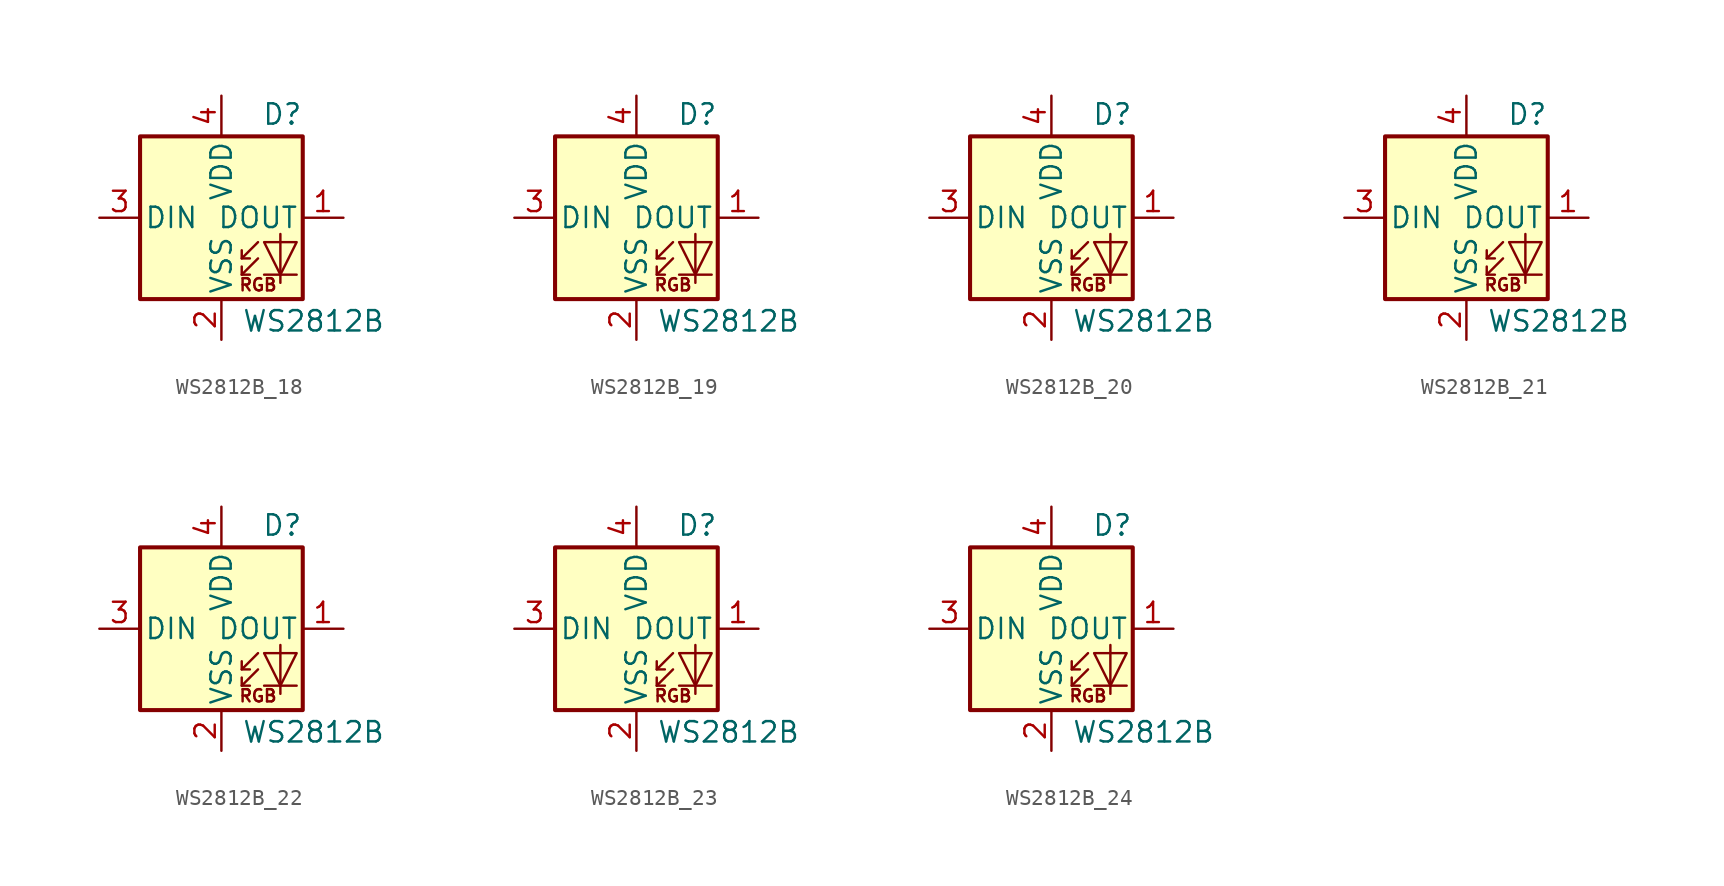
<source format=kicad_sym>
(kicad_symbol_lib
  (version 20220914)
  (generator kicad_symbol_editor)
  (symbol "WS2812B_18"
    (pin_names
      (offset 0.254))
    (property "Reference" "D"
      (at 5.08 5.715 0)
      (effects (font (size 1.27 1.27)) (justify right bottom)))
    (property "Value" "WS2812B"
      (at 1.27 -5.715 0)
      (effects (font (size 1.27 1.27)) (justify left top)))
    (symbol "WS2812B_18_0_0"
      (text "RGB" (at 2.286 -4.191 0) (effects (font (size 0.762 0.762)))))
    (symbol "WS2812B_18_0_1"
      (polyline (pts (xy 1.27 -3.556) (xy 1.778 -3.556)) (stroke (width 0) (type default)) (fill (type none)))
      (polyline (pts (xy 1.27 -2.54) (xy 1.778 -2.54)) (stroke (width 0) (type default)) (fill (type none)))
      (polyline (pts (xy 4.699 -3.556) (xy 2.667 -3.556)) (stroke (width 0) (type default)) (fill (type none)))
      (polyline (pts (xy 2.286 -2.54) (xy 1.27 -3.556) (xy 1.27 -3.048)) (stroke (width 0) (type default)) (fill (type none)))
      (polyline (pts (xy 2.286 -1.524) (xy 1.27 -2.54) (xy 1.27 -2.032)) (stroke (width 0) (type default)) (fill (type none)))
      (polyline (pts (xy 3.683 -1.016) (xy 3.683 -3.556) (xy 3.683 -4.064)) (stroke (width 0) (type default)) (fill (type none)))
      (polyline (pts (xy 4.699 -1.524) (xy 2.667 -1.524) (xy 3.683 -3.556) (xy 4.699 -1.524)) (stroke (width 0) (type default)) (fill (type none)))
      (rectangle (start 5.08 5.08) (end -5.08 -5.08) (stroke (width 0.254) (type default)) (fill (type background))))
    (symbol "WS2812B_18_1_1"
      (pin output line (at 7.62 0 180) (length 2.54) (name "DOUT" (effects (font (size 1.27 1.27)))) (number "1" (effects (font (size 1.27 1.27)))))
      (pin power_in line (at 0 -7.62 90) (length 2.54) (name "VSS" (effects (font (size 1.27 1.27)))) (number "2" (effects (font (size 1.27 1.27)))))
      (pin input line (at -7.62 0 0) (length 2.54) (name "DIN" (effects (font (size 1.27 1.27)))) (number "3" (effects (font (size 1.27 1.27)))))
      (pin power_in line (at 0 7.62 270) (length 2.54) (name "VDD" (effects (font (size 1.27 1.27)))) (number "4" (effects (font (size 1.27 1.27)))))))
  (symbol "WS2812B_19"
    (pin_names
      (offset 0.254))
    (property "Reference" "D"
      (at 5.08 5.715 0)
      (effects (font (size 1.27 1.27)) (justify right bottom)))
    (property "Value" "WS2812B"
      (at 1.27 -5.715 0)
      (effects (font (size 1.27 1.27)) (justify left top)))
    (symbol "WS2812B_19_0_0"
      (text "RGB" (at 2.286 -4.191 0) (effects (font (size 0.762 0.762)))))
    (symbol "WS2812B_19_0_1"
      (polyline (pts (xy 1.27 -3.556) (xy 1.778 -3.556)) (stroke (width 0) (type default)) (fill (type none)))
      (polyline (pts (xy 1.27 -2.54) (xy 1.778 -2.54)) (stroke (width 0) (type default)) (fill (type none)))
      (polyline (pts (xy 4.699 -3.556) (xy 2.667 -3.556)) (stroke (width 0) (type default)) (fill (type none)))
      (polyline (pts (xy 2.286 -2.54) (xy 1.27 -3.556) (xy 1.27 -3.048)) (stroke (width 0) (type default)) (fill (type none)))
      (polyline (pts (xy 2.286 -1.524) (xy 1.27 -2.54) (xy 1.27 -2.032)) (stroke (width 0) (type default)) (fill (type none)))
      (polyline (pts (xy 3.683 -1.016) (xy 3.683 -3.556) (xy 3.683 -4.064)) (stroke (width 0) (type default)) (fill (type none)))
      (polyline (pts (xy 4.699 -1.524) (xy 2.667 -1.524) (xy 3.683 -3.556) (xy 4.699 -1.524)) (stroke (width 0) (type default)) (fill (type none)))
      (rectangle (start 5.08 5.08) (end -5.08 -5.08) (stroke (width 0.254) (type default)) (fill (type background))))
    (symbol "WS2812B_19_1_1"
      (pin output line (at 7.62 0 180) (length 2.54) (name "DOUT" (effects (font (size 1.27 1.27)))) (number "1" (effects (font (size 1.27 1.27)))))
      (pin power_in line (at 0 -7.62 90) (length 2.54) (name "VSS" (effects (font (size 1.27 1.27)))) (number "2" (effects (font (size 1.27 1.27)))))
      (pin input line (at -7.62 0 0) (length 2.54) (name "DIN" (effects (font (size 1.27 1.27)))) (number "3" (effects (font (size 1.27 1.27)))))
      (pin power_in line (at 0 7.62 270) (length 2.54) (name "VDD" (effects (font (size 1.27 1.27)))) (number "4" (effects (font (size 1.27 1.27)))))))
  (symbol "WS2812B_20"
    (pin_names
      (offset 0.254))
    (property "Reference" "D"
      (at 5.08 5.715 0)
      (effects (font (size 1.27 1.27)) (justify right bottom)))
    (property "Value" "WS2812B"
      (at 1.27 -5.715 0)
      (effects (font (size 1.27 1.27)) (justify left top)))
    (symbol "WS2812B_20_0_0"
      (text "RGB" (at 2.286 -4.191 0) (effects (font (size 0.762 0.762)))))
    (symbol "WS2812B_20_0_1"
      (polyline (pts (xy 1.27 -3.556) (xy 1.778 -3.556)) (stroke (width 0) (type default)) (fill (type none)))
      (polyline (pts (xy 1.27 -2.54) (xy 1.778 -2.54)) (stroke (width 0) (type default)) (fill (type none)))
      (polyline (pts (xy 4.699 -3.556) (xy 2.667 -3.556)) (stroke (width 0) (type default)) (fill (type none)))
      (polyline (pts (xy 2.286 -2.54) (xy 1.27 -3.556) (xy 1.27 -3.048)) (stroke (width 0) (type default)) (fill (type none)))
      (polyline (pts (xy 2.286 -1.524) (xy 1.27 -2.54) (xy 1.27 -2.032)) (stroke (width 0) (type default)) (fill (type none)))
      (polyline (pts (xy 3.683 -1.016) (xy 3.683 -3.556) (xy 3.683 -4.064)) (stroke (width 0) (type default)) (fill (type none)))
      (polyline (pts (xy 4.699 -1.524) (xy 2.667 -1.524) (xy 3.683 -3.556) (xy 4.699 -1.524)) (stroke (width 0) (type default)) (fill (type none)))
      (rectangle (start 5.08 5.08) (end -5.08 -5.08) (stroke (width 0.254) (type default)) (fill (type background))))
    (symbol "WS2812B_20_1_1"
      (pin output line (at 7.62 0 180) (length 2.54) (name "DOUT" (effects (font (size 1.27 1.27)))) (number "1" (effects (font (size 1.27 1.27)))))
      (pin power_in line (at 0 -7.62 90) (length 2.54) (name "VSS" (effects (font (size 1.27 1.27)))) (number "2" (effects (font (size 1.27 1.27)))))
      (pin input line (at -7.62 0 0) (length 2.54) (name "DIN" (effects (font (size 1.27 1.27)))) (number "3" (effects (font (size 1.27 1.27)))))
      (pin power_in line (at 0 7.62 270) (length 2.54) (name "VDD" (effects (font (size 1.27 1.27)))) (number "4" (effects (font (size 1.27 1.27)))))))
  (symbol "WS2812B_21"
    (pin_names
      (offset 0.254))
    (property "Reference" "D"
      (at 5.08 5.715 0)
      (effects (font (size 1.27 1.27)) (justify right bottom)))
    (property "Value" "WS2812B"
      (at 1.27 -5.715 0)
      (effects (font (size 1.27 1.27)) (justify left top)))
    (symbol "WS2812B_21_0_0"
      (text "RGB" (at 2.286 -4.191 0) (effects (font (size 0.762 0.762)))))
    (symbol "WS2812B_21_0_1"
      (polyline (pts (xy 1.27 -3.556) (xy 1.778 -3.556)) (stroke (width 0) (type default)) (fill (type none)))
      (polyline (pts (xy 1.27 -2.54) (xy 1.778 -2.54)) (stroke (width 0) (type default)) (fill (type none)))
      (polyline (pts (xy 4.699 -3.556) (xy 2.667 -3.556)) (stroke (width 0) (type default)) (fill (type none)))
      (polyline (pts (xy 2.286 -2.54) (xy 1.27 -3.556) (xy 1.27 -3.048)) (stroke (width 0) (type default)) (fill (type none)))
      (polyline (pts (xy 2.286 -1.524) (xy 1.27 -2.54) (xy 1.27 -2.032)) (stroke (width 0) (type default)) (fill (type none)))
      (polyline (pts (xy 3.683 -1.016) (xy 3.683 -3.556) (xy 3.683 -4.064)) (stroke (width 0) (type default)) (fill (type none)))
      (polyline (pts (xy 4.699 -1.524) (xy 2.667 -1.524) (xy 3.683 -3.556) (xy 4.699 -1.524)) (stroke (width 0) (type default)) (fill (type none)))
      (rectangle (start 5.08 5.08) (end -5.08 -5.08) (stroke (width 0.254) (type default)) (fill (type background))))
    (symbol "WS2812B_21_1_1"
      (pin output line (at 7.62 0 180) (length 2.54) (name "DOUT" (effects (font (size 1.27 1.27)))) (number "1" (effects (font (size 1.27 1.27)))))
      (pin power_in line (at 0 -7.62 90) (length 2.54) (name "VSS" (effects (font (size 1.27 1.27)))) (number "2" (effects (font (size 1.27 1.27)))))
      (pin input line (at -7.62 0 0) (length 2.54) (name "DIN" (effects (font (size 1.27 1.27)))) (number "3" (effects (font (size 1.27 1.27)))))
      (pin power_in line (at 0 7.62 270) (length 2.54) (name "VDD" (effects (font (size 1.27 1.27)))) (number "4" (effects (font (size 1.27 1.27)))))))
  (symbol "WS2812B_22"
    (pin_names
      (offset 0.254))
    (property "Reference" "D"
      (at 5.08 5.715 0)
      (effects (font (size 1.27 1.27)) (justify right bottom)))
    (property "Value" "WS2812B"
      (at 1.27 -5.715 0)
      (effects (font (size 1.27 1.27)) (justify left top)))
    (symbol "WS2812B_22_0_0"
      (text "RGB" (at 2.286 -4.191 0) (effects (font (size 0.762 0.762)))))
    (symbol "WS2812B_22_0_1"
      (polyline (pts (xy 1.27 -3.556) (xy 1.778 -3.556)) (stroke (width 0) (type default)) (fill (type none)))
      (polyline (pts (xy 1.27 -2.54) (xy 1.778 -2.54)) (stroke (width 0) (type default)) (fill (type none)))
      (polyline (pts (xy 4.699 -3.556) (xy 2.667 -3.556)) (stroke (width 0) (type default)) (fill (type none)))
      (polyline (pts (xy 2.286 -2.54) (xy 1.27 -3.556) (xy 1.27 -3.048)) (stroke (width 0) (type default)) (fill (type none)))
      (polyline (pts (xy 2.286 -1.524) (xy 1.27 -2.54) (xy 1.27 -2.032)) (stroke (width 0) (type default)) (fill (type none)))
      (polyline (pts (xy 3.683 -1.016) (xy 3.683 -3.556) (xy 3.683 -4.064)) (stroke (width 0) (type default)) (fill (type none)))
      (polyline (pts (xy 4.699 -1.524) (xy 2.667 -1.524) (xy 3.683 -3.556) (xy 4.699 -1.524)) (stroke (width 0) (type default)) (fill (type none)))
      (rectangle (start 5.08 5.08) (end -5.08 -5.08) (stroke (width 0.254) (type default)) (fill (type background))))
    (symbol "WS2812B_22_1_1"
      (pin output line (at 7.62 0 180) (length 2.54) (name "DOUT" (effects (font (size 1.27 1.27)))) (number "1" (effects (font (size 1.27 1.27)))))
      (pin power_in line (at 0 -7.62 90) (length 2.54) (name "VSS" (effects (font (size 1.27 1.27)))) (number "2" (effects (font (size 1.27 1.27)))))
      (pin input line (at -7.62 0 0) (length 2.54) (name "DIN" (effects (font (size 1.27 1.27)))) (number "3" (effects (font (size 1.27 1.27)))))
      (pin power_in line (at 0 7.62 270) (length 2.54) (name "VDD" (effects (font (size 1.27 1.27)))) (number "4" (effects (font (size 1.27 1.27)))))))
  (symbol "WS2812B_23"
    (pin_names
      (offset 0.254))
    (property "Reference" "D"
      (at 5.08 5.715 0)
      (effects (font (size 1.27 1.27)) (justify right bottom)))
    (property "Value" "WS2812B"
      (at 1.27 -5.715 0)
      (effects (font (size 1.27 1.27)) (justify left top)))
    (symbol "WS2812B_23_0_0"
      (text "RGB" (at 2.286 -4.191 0) (effects (font (size 0.762 0.762)))))
    (symbol "WS2812B_23_0_1"
      (polyline (pts (xy 1.27 -3.556) (xy 1.778 -3.556)) (stroke (width 0) (type default)) (fill (type none)))
      (polyline (pts (xy 1.27 -2.54) (xy 1.778 -2.54)) (stroke (width 0) (type default)) (fill (type none)))
      (polyline (pts (xy 4.699 -3.556) (xy 2.667 -3.556)) (stroke (width 0) (type default)) (fill (type none)))
      (polyline (pts (xy 2.286 -2.54) (xy 1.27 -3.556) (xy 1.27 -3.048)) (stroke (width 0) (type default)) (fill (type none)))
      (polyline (pts (xy 2.286 -1.524) (xy 1.27 -2.54) (xy 1.27 -2.032)) (stroke (width 0) (type default)) (fill (type none)))
      (polyline (pts (xy 3.683 -1.016) (xy 3.683 -3.556) (xy 3.683 -4.064)) (stroke (width 0) (type default)) (fill (type none)))
      (polyline (pts (xy 4.699 -1.524) (xy 2.667 -1.524) (xy 3.683 -3.556) (xy 4.699 -1.524)) (stroke (width 0) (type default)) (fill (type none)))
      (rectangle (start 5.08 5.08) (end -5.08 -5.08) (stroke (width 0.254) (type default)) (fill (type background))))
    (symbol "WS2812B_23_1_1"
      (pin output line (at 7.62 0 180) (length 2.54) (name "DOUT" (effects (font (size 1.27 1.27)))) (number "1" (effects (font (size 1.27 1.27)))))
      (pin power_in line (at 0 -7.62 90) (length 2.54) (name "VSS" (effects (font (size 1.27 1.27)))) (number "2" (effects (font (size 1.27 1.27)))))
      (pin input line (at -7.62 0 0) (length 2.54) (name "DIN" (effects (font (size 1.27 1.27)))) (number "3" (effects (font (size 1.27 1.27)))))
      (pin power_in line (at 0 7.62 270) (length 2.54) (name "VDD" (effects (font (size 1.27 1.27)))) (number "4" (effects (font (size 1.27 1.27)))))))
  (symbol "WS2812B_24"
    (pin_names
      (offset 0.254))
    (property "Reference" "D"
      (at 5.08 5.715 0)
      (effects (font (size 1.27 1.27)) (justify right bottom)))
    (property "Value" "WS2812B"
      (at 1.27 -5.715 0)
      (effects (font (size 1.27 1.27)) (justify left top)))
    (symbol "WS2812B_24_0_0"
      (text "RGB" (at 2.286 -4.191 0) (effects (font (size 0.762 0.762)))))
    (symbol "WS2812B_24_0_1"
      (polyline (pts (xy 1.27 -3.556) (xy 1.778 -3.556)) (stroke (width 0) (type default)) (fill (type none)))
      (polyline (pts (xy 1.27 -2.54) (xy 1.778 -2.54)) (stroke (width 0) (type default)) (fill (type none)))
      (polyline (pts (xy 4.699 -3.556) (xy 2.667 -3.556)) (stroke (width 0) (type default)) (fill (type none)))
      (polyline (pts (xy 2.286 -2.54) (xy 1.27 -3.556) (xy 1.27 -3.048)) (stroke (width 0) (type default)) (fill (type none)))
      (polyline (pts (xy 2.286 -1.524) (xy 1.27 -2.54) (xy 1.27 -2.032)) (stroke (width 0) (type default)) (fill (type none)))
      (polyline (pts (xy 3.683 -1.016) (xy 3.683 -3.556) (xy 3.683 -4.064)) (stroke (width 0) (type default)) (fill (type none)))
      (polyline (pts (xy 4.699 -1.524) (xy 2.667 -1.524) (xy 3.683 -3.556) (xy 4.699 -1.524)) (stroke (width 0) (type default)) (fill (type none)))
      (rectangle (start 5.08 5.08) (end -5.08 -5.08) (stroke (width 0.254) (type default)) (fill (type background))))
    (symbol "WS2812B_24_1_1"
      (pin output line (at 7.62 0 180) (length 2.54) (name "DOUT" (effects (font (size 1.27 1.27)))) (number "1" (effects (font (size 1.27 1.27)))))
      (pin power_in line (at 0 -7.62 90) (length 2.54) (name "VSS" (effects (font (size 1.27 1.27)))) (number "2" (effects (font (size 1.27 1.27)))))
      (pin input line (at -7.62 0 0) (length 2.54) (name "DIN" (effects (font (size 1.27 1.27)))) (number "3" (effects (font (size 1.27 1.27)))))
      (pin power_in line (at 0 7.62 270) (length 2.54) (name "VDD" (effects (font (size 1.27 1.27)))) (number "4" (effects (font (size 1.27 1.27))))))))
</source>
